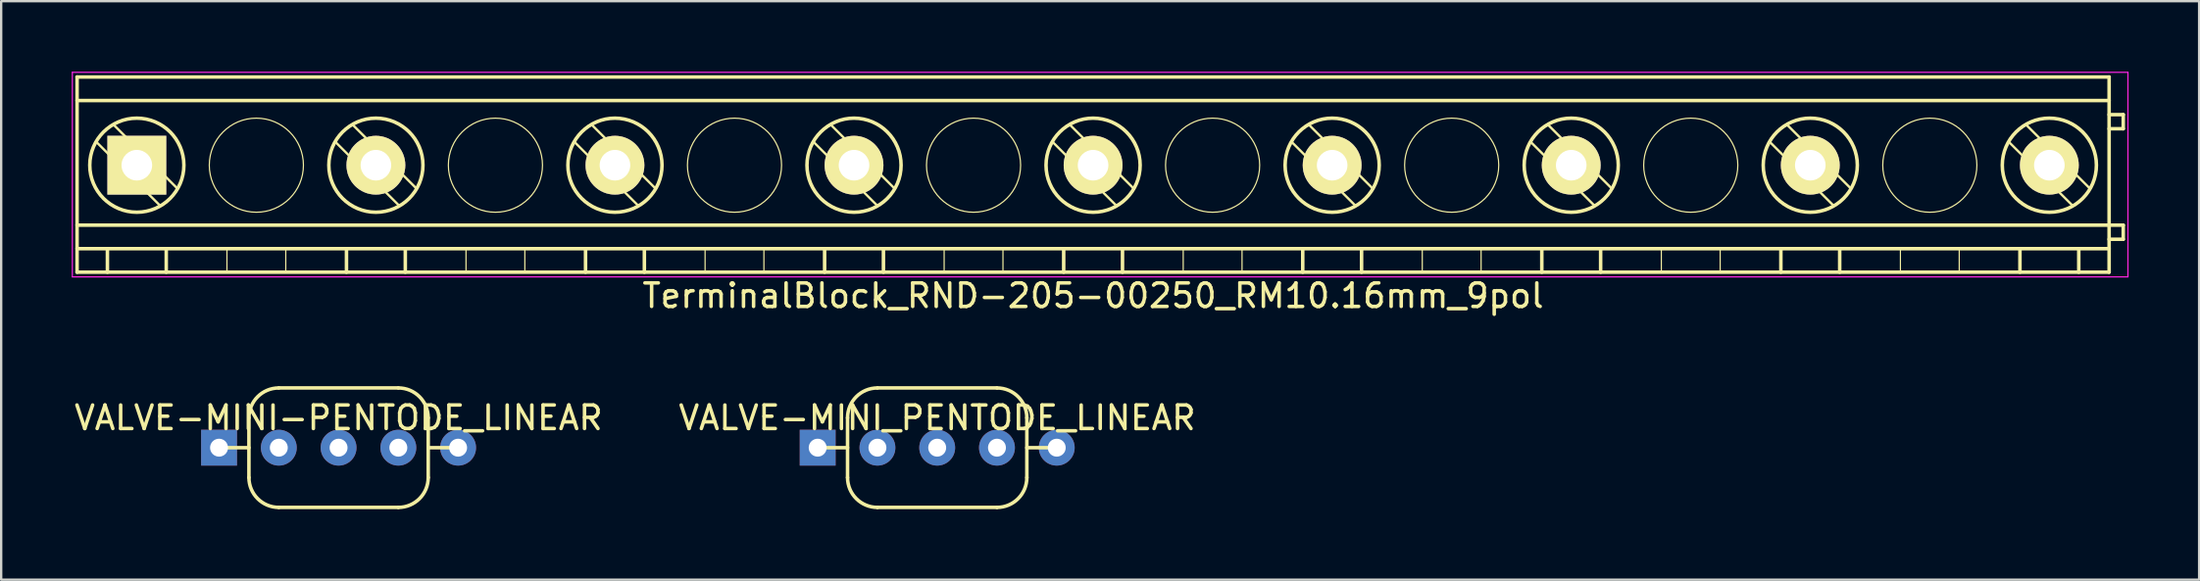
<source format=kicad_pcb>
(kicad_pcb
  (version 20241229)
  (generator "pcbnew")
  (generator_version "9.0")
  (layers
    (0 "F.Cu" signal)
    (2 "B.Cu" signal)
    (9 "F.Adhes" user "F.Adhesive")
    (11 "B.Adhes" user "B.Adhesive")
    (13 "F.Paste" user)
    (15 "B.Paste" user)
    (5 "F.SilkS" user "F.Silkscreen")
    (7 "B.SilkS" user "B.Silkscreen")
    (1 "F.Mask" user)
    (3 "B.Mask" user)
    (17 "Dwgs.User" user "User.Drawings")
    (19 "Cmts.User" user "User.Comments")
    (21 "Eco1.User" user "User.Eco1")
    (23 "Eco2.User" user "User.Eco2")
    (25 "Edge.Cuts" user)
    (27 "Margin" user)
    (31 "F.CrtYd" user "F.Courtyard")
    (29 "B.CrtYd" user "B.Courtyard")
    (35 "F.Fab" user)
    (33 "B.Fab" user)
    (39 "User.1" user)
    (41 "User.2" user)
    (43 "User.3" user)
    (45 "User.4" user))
  (footprint "VALVE-MINI-PENTODE_LINEAR"
    (layer "F.Cu")
    (at 6.259 15.988)
    (property "Reference" "VALVE-MINI-PENTODE_LINEAR" (at 5.08 -1.27 0) (layer "F.SilkS") (effects (font (size 1 1) (thickness 0.15))))
    (attr through_hole)
    (fp_line (start 0 0) (end 1.27 0) (stroke (width 0.15) (type solid)) (layer "F.SilkS"))
    (fp_line (start 1.27 -1.27) (end 1.27 1.27) (stroke (width 0.15) (type solid)) (layer "F.SilkS"))
    (fp_line (start 2.54 2.54) (end 7.62 2.54) (stroke (width 0.15) (type solid)) (layer "F.SilkS"))
    (fp_line (start 7.62 -2.54) (end 2.54 -2.54) (stroke (width 0.15) (type solid)) (layer "F.SilkS"))
    (fp_line (start 8.89 0) (end 10.16 0) (stroke (width 0.15) (type solid)) (layer "F.SilkS"))
    (fp_line (start 8.89 1.27) (end 8.89 -1.27) (stroke (width 0.15) (type solid)) (layer "F.SilkS"))
    (fp_arc (start 1.27 -1.27) (mid 1.641974 -2.168026) (end 2.54 -2.54) (stroke (width 0.15) (type solid)) (layer "F.SilkS"))
    (fp_arc (start 2.54 2.54) (mid 1.641974 2.168026) (end 1.27 1.27) (stroke (width 0.15) (type solid)) (layer "F.SilkS"))
    (fp_arc (start 7.62 -2.54) (mid 8.518026 -2.168026) (end 8.89 -1.27) (stroke (width 0.15) (type solid)) (layer "F.SilkS"))
    (fp_arc (start 8.89 1.27) (mid 8.518026 2.168026) (end 7.62 2.54) (stroke (width 0.15) (type solid)) (layer "F.SilkS"))
    (pad "1" thru_hole rect (at 0 0) (size 1.524 1.524) (drill 0.762) (layers "*.Cu" "*.Mask"))
    (pad "2" thru_hole circle (at 2.54 0) (size 1.524 1.524) (drill 0.762) (layers "*.Cu" "*.Mask"))
    (pad "3" thru_hole circle (at 5.08 0) (size 1.524 1.524) (drill 0.762) (layers "*.Cu" "*.Mask"))
    (pad "4" thru_hole circle (at 7.62 0) (size 1.524 1.524) (drill 0.762) (layers "*.Cu" "*.Mask"))
    (pad "5" thru_hole circle (at 10.16 0) (size 1.524 1.524) (drill 0.762) (layers "*.Cu" "*.Mask")))
  (footprint "TerminalBlock_RND-205-00250_RM10.16mm_9pol"
    (layer "F.Cu")
    (at 2.765 3.975)
    (property "Reference" "TerminalBlock_RND-205-00250_RM10.16mm_9pol" (at 40.64 5.55 0) (layer "F.SilkS") (effects (font (size 1 1) (thickness 0.15))))
    (attr through_hole)
    (fp_line (start -2.54 -3.75) (end 83.82 -3.75) (stroke (width 0.15) (type solid)) (layer "F.SilkS"))
    (fp_line (start -2.54 -2.75) (end 83.82 -2.75) (stroke (width 0.15) (type solid)) (layer "F.SilkS"))
    (fp_line (start -2.54 2.55) (end 83.82 2.55) (stroke (width 0.15) (type solid)) (layer "F.SilkS"))
    (fp_line (start -2.54 3.55) (end 83.82 3.55) (stroke (width 0.15) (type solid)) (layer "F.SilkS"))
    (fp_line (start -2.54 4.55) (end -2.54 -3.75) (stroke (width 0.15) (type solid)) (layer "F.SilkS"))
    (fp_line (start -1.25 3.55) (end -1.25 4.55) (stroke (width 0.15) (type solid)) (layer "F.SilkS"))
    (fp_line (start 1 1.732) (end -1.732 -1) (stroke (width 0.1) (type solid)) (layer "F.SilkS"))
    (fp_line (start 1.25 3.55) (end 1.25 4.55) (stroke (width 0.15) (type solid)) (layer "F.SilkS"))
    (fp_line (start 1.732 1) (end -1 -1.732) (stroke (width 0.1) (type solid)) (layer "F.SilkS"))
    (fp_line (start 3.83 3.55) (end 3.83 4.55) (stroke (width 0.05) (type solid)) (layer "F.SilkS"))
    (fp_line (start 6.33 3.55) (end 6.33 4.55) (stroke (width 0.05) (type solid)) (layer "F.SilkS"))
    (fp_line (start 8.91 3.55) (end 8.91 4.55) (stroke (width 0.15) (type solid)) (layer "F.SilkS"))
    (fp_line (start 11.16 1.732) (end 8.428 -1) (stroke (width 0.1) (type solid)) (layer "F.SilkS"))
    (fp_line (start 11.41 3.55) (end 11.41 4.55) (stroke (width 0.15) (type solid)) (layer "F.SilkS"))
    (fp_line (start 11.892 1) (end 9.16 -1.732) (stroke (width 0.1) (type solid)) (layer "F.SilkS"))
    (fp_line (start 13.99 3.55) (end 13.99 4.55) (stroke (width 0.05) (type solid)) (layer "F.SilkS"))
    (fp_line (start 16.49 3.55) (end 16.49 4.55) (stroke (width 0.05) (type solid)) (layer "F.SilkS"))
    (fp_line (start 19.07 3.55) (end 19.07 4.55) (stroke (width 0.15) (type solid)) (layer "F.SilkS"))
    (fp_line (start 21.32 1.732) (end 18.588 -1) (stroke (width 0.1) (type solid)) (layer "F.SilkS"))
    (fp_line (start 21.57 3.55) (end 21.57 4.55) (stroke (width 0.15) (type solid)) (layer "F.SilkS"))
    (fp_line (start 22.052 1) (end 19.32 -1.732) (stroke (width 0.1) (type solid)) (layer "F.SilkS"))
    (fp_line (start 24.15 3.55) (end 24.15 4.55) (stroke (width 0.05) (type solid)) (layer "F.SilkS"))
    (fp_line (start 26.65 3.55) (end 26.65 4.55) (stroke (width 0.05) (type solid)) (layer "F.SilkS"))
    (fp_line (start 29.23 3.55) (end 29.23 4.55) (stroke (width 0.15) (type solid)) (layer "F.SilkS"))
    (fp_line (start 31.48 1.732) (end 28.748 -1) (stroke (width 0.1) (type solid)) (layer "F.SilkS"))
    (fp_line (start 31.73 3.55) (end 31.73 4.55) (stroke (width 0.15) (type solid)) (layer "F.SilkS"))
    (fp_line (start 32.212 1) (end 29.48 -1.732) (stroke (width 0.1) (type solid)) (layer "F.SilkS"))
    (fp_line (start 34.31 3.55) (end 34.31 4.55) (stroke (width 0.05) (type solid)) (layer "F.SilkS"))
    (fp_line (start 36.81 3.55) (end 36.81 4.55) (stroke (width 0.05) (type solid)) (layer "F.SilkS"))
    (fp_line (start 39.39 3.55) (end 39.39 4.55) (stroke (width 0.15) (type solid)) (layer "F.SilkS"))
    (fp_line (start 41.64 1.732) (end 38.908 -1) (stroke (width 0.1) (type solid)) (layer "F.SilkS"))
    (fp_line (start 41.89 3.55) (end 41.89 4.55) (stroke (width 0.15) (type solid)) (layer "F.SilkS"))
    (fp_line (start 42.372 1) (end 39.64 -1.732) (stroke (width 0.1) (type solid)) (layer "F.SilkS"))
    (fp_line (start 44.47 3.55) (end 44.47 4.55) (stroke (width 0.05) (type solid)) (layer "F.SilkS"))
    (fp_line (start 46.97 3.55) (end 46.97 4.55) (stroke (width 0.05) (type solid)) (layer "F.SilkS"))
    (fp_line (start 49.55 3.55) (end 49.55 4.55) (stroke (width 0.15) (type solid)) (layer "F.SilkS"))
    (fp_line (start 51.8 1.732) (end 49.068 -1) (stroke (width 0.1) (type solid)) (layer "F.SilkS"))
    (fp_line (start 52.05 3.55) (end 52.05 4.55) (stroke (width 0.15) (type solid)) (layer "F.SilkS"))
    (fp_line (start 52.532 1) (end 49.8 -1.732) (stroke (width 0.1) (type solid)) (layer "F.SilkS"))
    (fp_line (start 54.63 3.55) (end 54.63 4.55) (stroke (width 0.05) (type solid)) (layer "F.SilkS"))
    (fp_line (start 57.13 3.55) (end 57.13 4.55) (stroke (width 0.05) (type solid)) (layer "F.SilkS"))
    (fp_line (start 59.71 3.55) (end 59.71 4.55) (stroke (width 0.15) (type solid)) (layer "F.SilkS"))
    (fp_line (start 61.96 1.732) (end 59.228 -1) (stroke (width 0.1) (type solid)) (layer "F.SilkS"))
    (fp_line (start 62.21 3.55) (end 62.21 4.55) (stroke (width 0.15) (type solid)) (layer "F.SilkS"))
    (fp_line (start 62.692 1) (end 59.96 -1.732) (stroke (width 0.1) (type solid)) (layer "F.SilkS"))
    (fp_line (start 64.79 3.55) (end 64.79 4.55) (stroke (width 0.05) (type solid)) (layer "F.SilkS"))
    (fp_line (start 67.29 3.55) (end 67.29 4.55) (stroke (width 0.05) (type solid)) (layer "F.SilkS"))
    (fp_line (start 69.87 3.55) (end 69.87 4.55) (stroke (width 0.15) (type solid)) (layer "F.SilkS"))
    (fp_line (start 72.12 1.732) (end 69.388 -1) (stroke (width 0.1) (type solid)) (layer "F.SilkS"))
    (fp_line (start 72.37 3.55) (end 72.37 4.55) (stroke (width 0.15) (type solid)) (layer "F.SilkS"))
    (fp_line (start 72.852 1) (end 70.12 -1.732) (stroke (width 0.1) (type solid)) (layer "F.SilkS"))
    (fp_line (start 74.95 3.55) (end 74.95 4.55) (stroke (width 0.05) (type solid)) (layer "F.SilkS"))
    (fp_line (start 77.45 3.55) (end 77.45 4.55) (stroke (width 0.05) (type solid)) (layer "F.SilkS"))
    (fp_line (start 80.03 3.55) (end 80.03 4.55) (stroke (width 0.15) (type solid)) (layer "F.SilkS"))
    (fp_line (start 82.28 1.732) (end 79.548 -1) (stroke (width 0.1) (type solid)) (layer "F.SilkS"))
    (fp_line (start 82.53 3.55) (end 82.53 4.55) (stroke (width 0.15) (type solid)) (layer "F.SilkS"))
    (fp_line (start 83.012 1) (end 80.28 -1.732) (stroke (width 0.1) (type solid)) (layer "F.SilkS"))
    (fp_line (start 83.82 -3.75) (end 83.82 4.55) (stroke (width 0.15) (type solid)) (layer "F.SilkS"))
    (fp_line (start 83.82 -2.15) (end 84.42 -2.15) (stroke (width 0.15) (type solid)) (layer "F.SilkS"))
    (fp_line (start 83.82 2.55) (end 84.42 2.55) (stroke (width 0.15) (type solid)) (layer "F.SilkS"))
    (fp_line (start 83.82 4.55) (end -2.54 4.55) (stroke (width 0.15) (type solid)) (layer "F.SilkS"))
    (fp_line (start 84.42 -2.15) (end 84.42 -1.55) (stroke (width 0.15) (type solid)) (layer "F.SilkS"))
    (fp_line (start 84.42 -1.55) (end 83.82 -1.55) (stroke (width 0.15) (type solid)) (layer "F.SilkS"))
    (fp_line (start 84.42 2.55) (end 84.42 3.15) (stroke (width 0.15) (type solid)) (layer "F.SilkS"))
    (fp_line (start 84.42 3.15) (end 83.82 3.15) (stroke (width 0.15) (type solid)) (layer "F.SilkS"))
    (fp_circle (center 0 0) (end -2 0) (stroke (width 0.15) (type solid)) (fill no) (layer "F.SilkS"))
    (fp_circle (center 5.08 0) (end 3.08 0) (stroke (width 0.05) (type solid)) (fill no) (layer "F.SilkS"))
    (fp_circle (center 10.16 0) (end 8.16 0) (stroke (width 0.15) (type solid)) (fill no) (layer "F.SilkS"))
    (fp_circle (center 15.24 0) (end 13.24 0) (stroke (width 0.05) (type solid)) (fill no) (layer "F.SilkS"))
    (fp_circle (center 20.32 0) (end 18.32 0) (stroke (width 0.15) (type solid)) (fill no) (layer "F.SilkS"))
    (fp_circle (center 25.4 0) (end 23.4 0) (stroke (width 0.05) (type solid)) (fill no) (layer "F.SilkS"))
    (fp_circle (center 30.48 0) (end 28.48 0) (stroke (width 0.15) (type solid)) (fill no) (layer "F.SilkS"))
    (fp_circle (center 35.56 0) (end 33.56 0) (stroke (width 0.05) (type solid)) (fill no) (layer "F.SilkS"))
    (fp_circle (center 40.64 0) (end 38.64 0) (stroke (width 0.15) (type solid)) (fill no) (layer "F.SilkS"))
    (fp_circle (center 45.72 0) (end 43.72 0) (stroke (width 0.05) (type solid)) (fill no) (layer "F.SilkS"))
    (fp_circle (center 50.8 0) (end 48.8 0) (stroke (width 0.15) (type solid)) (fill no) (layer "F.SilkS"))
    (fp_circle (center 55.88 0) (end 53.88 0) (stroke (width 0.05) (type solid)) (fill no) (layer "F.SilkS"))
    (fp_circle (center 60.96 0) (end 58.96 0) (stroke (width 0.15) (type solid)) (fill no) (layer "F.SilkS"))
    (fp_circle (center 66.04 0) (end 64.04 0) (stroke (width 0.05) (type solid)) (fill no) (layer "F.SilkS"))
    (fp_circle (center 71.12 0) (end 69.12 0) (stroke (width 0.15) (type solid)) (fill no) (layer "F.SilkS"))
    (fp_circle (center 76.2 0) (end 74.2 0) (stroke (width 0.05) (type solid)) (fill no) (layer "F.SilkS"))
    (fp_circle (center 81.28 0) (end 79.28 0) (stroke (width 0.15) (type solid)) (fill no) (layer "F.SilkS"))
    (fp_line (start -2.74 -3.95) (end 84.62 -3.95) (stroke (width 0.05) (type solid)) (layer "F.CrtYd"))
    (fp_line (start -2.74 4.75) (end -2.74 -3.95) (stroke (width 0.05) (type solid)) (layer "F.CrtYd"))
    (fp_line (start 84.62 -3.95) (end 84.62 4.75) (stroke (width 0.05) (type solid)) (layer "F.CrtYd"))
    (fp_line (start 84.62 4.75) (end -2.74 4.75) (stroke (width 0.05) (type solid)) (layer "F.CrtYd"))
    (pad "1" thru_hole rect (at 0 0) (size 2.5 2.5) (drill 1.3) (layers "*.Cu" "*.Mask" "F.SilkS"))
    (pad "2" thru_hole circle (at 10.16 0) (size 2.5 2.5) (drill 1.3) (layers "*.Cu" "*.Mask" "F.SilkS"))
    (pad "3" thru_hole circle (at 20.32 0) (size 2.5 2.5) (drill 1.3) (layers "*.Cu" "*.Mask" "F.SilkS"))
    (pad "4" thru_hole circle (at 30.48 0) (size 2.5 2.5) (drill 1.3) (layers "*.Cu" "*.Mask" "F.SilkS"))
    (pad "5" thru_hole circle (at 40.64 0) (size 2.5 2.5) (drill 1.3) (layers "*.Cu" "*.Mask" "F.SilkS"))
    (pad "6" thru_hole circle (at 50.8 0) (size 2.5 2.5) (drill 1.3) (layers "*.Cu" "*.Mask" "F.SilkS"))
    (pad "7" thru_hole circle (at 60.96 0) (size 2.5 2.5) (drill 1.3) (layers "*.Cu" "*.Mask" "F.SilkS"))
    (pad "8" thru_hole circle (at 71.12 0) (size 2.5 2.5) (drill 1.3) (layers "*.Cu" "*.Mask" "F.SilkS"))
    (pad "9" thru_hole circle (at 81.28 0) (size 2.5 2.5) (drill 1.3) (layers "*.Cu" "*.Mask" "F.SilkS")))
  (footprint "VALVE-MINI_PENTODE_LINEAR"
    (layer "F.Cu")
    (at 31.7 15.988)
    (property "Reference" "VALVE-MINI_PENTODE_LINEAR" (at 5.08 -1.27 0) (layer "F.SilkS") (effects (font (size 1 1) (thickness 0.15))))
    (attr through_hole)
    (fp_line (start 0 0) (end 1.27 0) (stroke (width 0.15) (type solid)) (layer "F.SilkS"))
    (fp_line (start 1.27 -1.27) (end 1.27 1.27) (stroke (width 0.15) (type solid)) (layer "F.SilkS"))
    (fp_line (start 2.54 2.54) (end 7.62 2.54) (stroke (width 0.15) (type solid)) (layer "F.SilkS"))
    (fp_line (start 7.62 -2.54) (end 2.54 -2.54) (stroke (width 0.15) (type solid)) (layer "F.SilkS"))
    (fp_line (start 8.89 0) (end 10.16 0) (stroke (width 0.15) (type solid)) (layer "F.SilkS"))
    (fp_line (start 8.89 1.27) (end 8.89 -1.27) (stroke (width 0.15) (type solid)) (layer "F.SilkS"))
    (fp_arc (start 1.27 -1.27) (mid 1.641974 -2.168026) (end 2.54 -2.54) (stroke (width 0.15) (type solid)) (layer "F.SilkS"))
    (fp_arc (start 2.54 2.54) (mid 1.641974 2.168026) (end 1.27 1.27) (stroke (width 0.15) (type solid)) (layer "F.SilkS"))
    (fp_arc (start 7.62 -2.54) (mid 8.518026 -2.168026) (end 8.89 -1.27) (stroke (width 0.15) (type solid)) (layer "F.SilkS"))
    (fp_arc (start 8.89 1.27) (mid 8.518026 2.168026) (end 7.62 2.54) (stroke (width 0.15) (type solid)) (layer "F.SilkS"))
    (pad "1" thru_hole rect (at 0 0) (size 1.524 1.524) (drill 0.762) (layers "*.Cu" "*.Mask"))
    (pad "2" thru_hole circle (at 2.54 0) (size 1.524 1.524) (drill 0.762) (layers "*.Cu" "*.Mask"))
    (pad "3" thru_hole circle (at 5.08 0) (size 1.524 1.524) (drill 0.762) (layers "*.Cu" "*.Mask"))
    (pad "4" thru_hole circle (at 7.62 0) (size 1.524 1.524) (drill 0.762) (layers "*.Cu" "*.Mask"))
    (pad "5" thru_hole circle (at 10.16 0) (size 1.524 1.524) (drill 0.762) (layers "*.Cu" "*.Mask")))
  (gr_rect
    (start -3 -3)
    (end 90.41 21.603)
    (stroke (width 0.1) (type default))
    (fill no)
    (layer "Edge.Cuts")))
</source>
